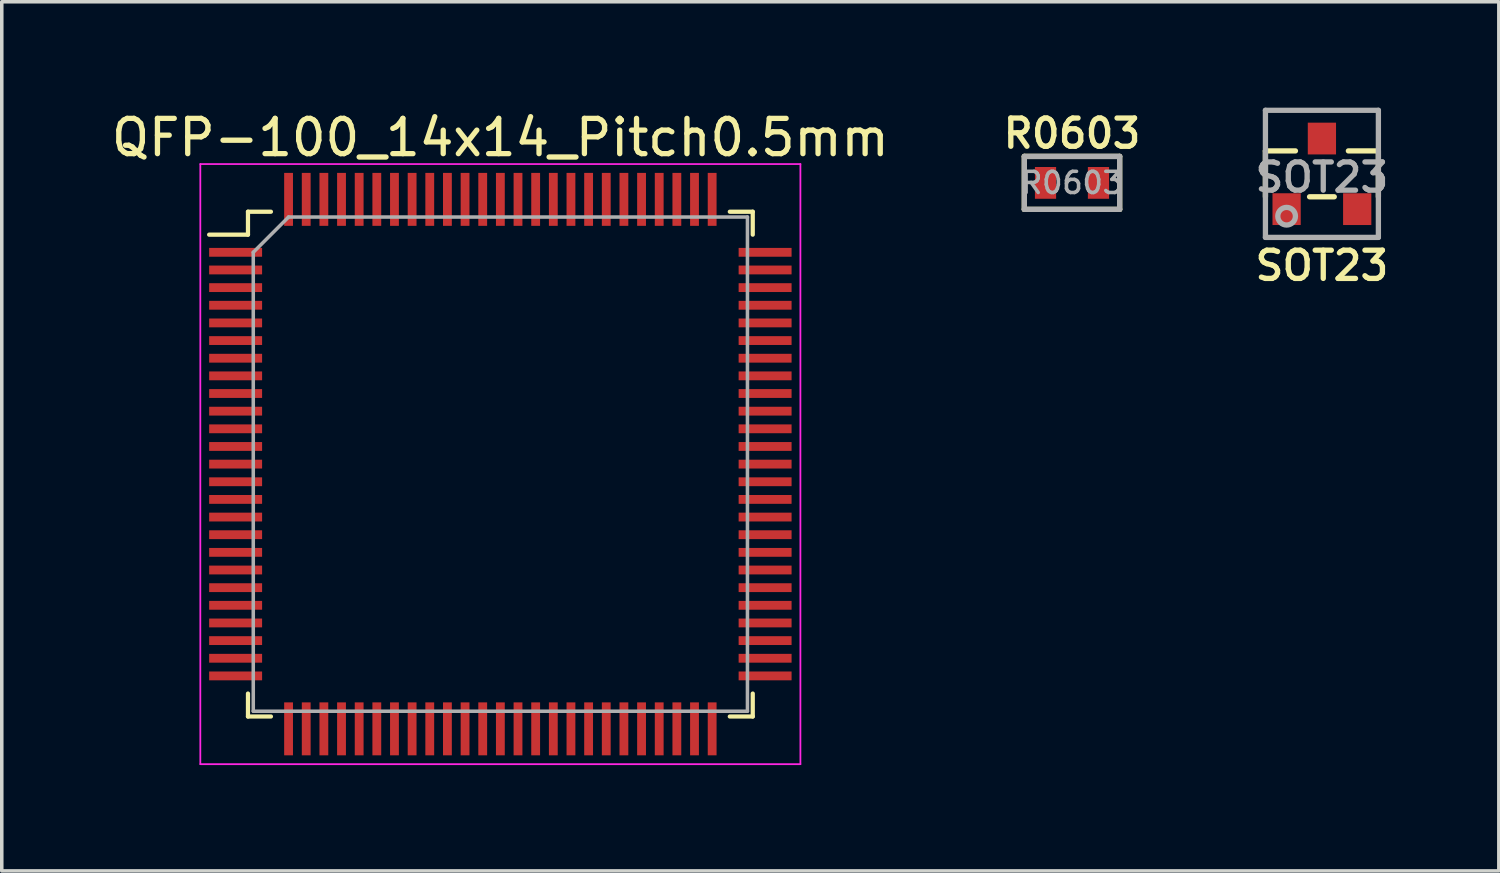
<source format=kicad_pcb>
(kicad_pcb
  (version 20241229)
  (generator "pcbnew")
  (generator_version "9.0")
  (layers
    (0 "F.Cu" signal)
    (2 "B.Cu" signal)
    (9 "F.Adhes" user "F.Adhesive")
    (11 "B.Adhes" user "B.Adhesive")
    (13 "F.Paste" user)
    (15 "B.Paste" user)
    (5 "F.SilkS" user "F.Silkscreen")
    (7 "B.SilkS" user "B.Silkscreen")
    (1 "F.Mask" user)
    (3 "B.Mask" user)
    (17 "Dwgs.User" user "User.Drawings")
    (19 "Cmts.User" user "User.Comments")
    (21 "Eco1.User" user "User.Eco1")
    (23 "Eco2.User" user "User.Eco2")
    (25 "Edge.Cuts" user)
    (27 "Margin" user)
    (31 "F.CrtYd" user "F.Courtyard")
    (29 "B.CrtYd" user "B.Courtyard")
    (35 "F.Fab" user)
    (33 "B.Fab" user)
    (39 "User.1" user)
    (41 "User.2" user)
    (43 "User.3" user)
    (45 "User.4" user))
  (footprint "R0603"
    (layer "F.Cu")
    (at 27.319 2.131)
    (property "Reference" "R0603" (at 0 -1.4 0) (layer "F.SilkS") (effects (font (size 0.8 0.8) (thickness 0.15) (bold yes))))
    (attr through_hole)
    (fp_line (start -1.35 -0.75) (end -1.35 0.75) (stroke (width 0.15) (type solid)) (layer "F.SilkS"))
    (fp_line (start -1.35 -0.75) (end 1.35 -0.75) (stroke (width 0.15) (type solid)) (layer "F.SilkS"))
    (fp_line (start -1.35 0.75) (end 1.35 0.75) (stroke (width 0.15) (type solid)) (layer "F.SilkS"))
    (fp_line (start 1.35 -0.75) (end 1.35 0.75) (stroke (width 0.15) (type solid)) (layer "F.SilkS"))
    (fp_line (start -1.35 -0.75) (end 1.35 -0.75) (stroke (width 0.15) (type solid)) (layer "F.Fab"))
    (fp_line (start -1.35 0.75) (end -1.35 -0.75) (stroke (width 0.15) (type solid)) (layer "F.Fab"))
    (fp_line (start 1.35 -0.75) (end 1.35 0.75) (stroke (width 0.15) (type solid)) (layer "F.Fab"))
    (fp_line (start 1.35 0.75) (end -1.35 0.75) (stroke (width 0.15) (type solid)) (layer "F.Fab"))
    (fp_text user "${REFERENCE}" (at 0 0 0) (layer "F.Fab") (effects (font (size 0.6 0.6) (thickness 0.1))))
    (pad "1" smd rect (at -0.75 0) (size 0.6 0.9) (layers "F.Cu" "F.Mask" "F.Paste"))
    (pad "2" smd rect (at 0.75 0) (size 0.6 0.9) (layers "F.Cu" "F.Mask" "F.Paste")))
  (footprint "QFP-100_14x14_Pitch0.5mm"
    (layer "F.Cu")
    (at 11.125 10.098)
    (property "Reference" "QFP-100_14x14_Pitch0.5mm" (at 0 -9.25 0) (layer "F.SilkS") (effects (font (size 1 1) (thickness 0.15))))
    (attr smd)
    (fp_line (start -7.15 -7.15) (end -7.15 -6.5) (stroke (width 0.12) (type default)) (layer "F.SilkS"))
    (fp_line (start -7.15 -6.5) (end -8.25 -6.5) (stroke (width 0.12) (type default)) (layer "F.SilkS"))
    (fp_line (start -7.15 7.15) (end -7.15 6.5) (stroke (width 0.12) (type default)) (layer "F.SilkS"))
    (fp_line (start -6.5 -7.15) (end -7.15 -7.15) (stroke (width 0.12) (type default)) (layer "F.SilkS"))
    (fp_line (start -6.5 7.15) (end -7.15 7.15) (stroke (width 0.12) (type default)) (layer "F.SilkS"))
    (fp_line (start 6.5 -7.15) (end 7.15 -7.15) (stroke (width 0.12) (type default)) (layer "F.SilkS"))
    (fp_line (start 6.5 7.15) (end 7.15 7.15) (stroke (width 0.12) (type default)) (layer "F.SilkS"))
    (fp_line (start 7.15 -7.15) (end 7.15 -6.5) (stroke (width 0.12) (type default)) (layer "F.SilkS"))
    (fp_line (start 7.15 7.15) (end 7.15 6.5) (stroke (width 0.12) (type default)) (layer "F.SilkS"))
    (fp_line (start -8.5 -8.5) (end 8.5 -8.5) (stroke (width 0.05) (type default)) (layer "F.CrtYd"))
    (fp_line (start -8.5 8.5) (end -8.5 -8.5) (stroke (width 0.05) (type default)) (layer "F.CrtYd"))
    (fp_line (start 8.5 -8.5) (end 8.5 8.5) (stroke (width 0.05) (type default)) (layer "F.CrtYd"))
    (fp_line (start 8.5 8.5) (end -8.5 8.5) (stroke (width 0.05) (type default)) (layer "F.CrtYd"))
    (fp_line (start -7 -6) (end -7 7) (stroke (width 0.1) (type default)) (layer "F.Fab"))
    (fp_line (start -7 7) (end 7 7) (stroke (width 0.1) (type default)) (layer "F.Fab"))
    (fp_line (start -6 -7) (end -7 -6) (stroke (width 0.1) (type default)) (layer "F.Fab"))
    (fp_line (start 7 -7) (end -6 -7) (stroke (width 0.1) (type default)) (layer "F.Fab"))
    (fp_line (start 7 7) (end 7 -7) (stroke (width 0.1) (type default)) (layer "F.Fab"))
    (pad "1" smd rect (at -7.5 -6 90) (size 0.25 1.5) (layers "F.Cu" "F.Mask" "F.Paste"))
    (pad "2" smd rect (at -7.5 -5.5 90) (size 0.25 1.5) (layers "F.Cu" "F.Mask" "F.Paste"))
    (pad "3" smd rect (at -7.5 -5 90) (size 0.25 1.5) (layers "F.Cu" "F.Mask" "F.Paste"))
    (pad "4" smd rect (at -7.5 -4.5 90) (size 0.25 1.5) (layers "F.Cu" "F.Mask" "F.Paste"))
    (pad "5" smd rect (at -7.5 -4 90) (size 0.25 1.5) (layers "F.Cu" "F.Mask" "F.Paste"))
    (pad "6" smd rect (at -7.5 -3.5 90) (size 0.25 1.5) (layers "F.Cu" "F.Mask" "F.Paste"))
    (pad "7" smd rect (at -7.5 -3 90) (size 0.25 1.5) (layers "F.Cu" "F.Mask" "F.Paste"))
    (pad "8" smd rect (at -7.5 -2.5 90) (size 0.25 1.5) (layers "F.Cu" "F.Mask" "F.Paste"))
    (pad "9" smd rect (at -7.5 -2 90) (size 0.25 1.5) (layers "F.Cu" "F.Mask" "F.Paste"))
    (pad "10" smd rect (at -7.5 -1.5 90) (size 0.25 1.5) (layers "F.Cu" "F.Mask" "F.Paste"))
    (pad "11" smd rect (at -7.5 -1 90) (size 0.25 1.5) (layers "F.Cu" "F.Mask" "F.Paste"))
    (pad "12" smd rect (at -7.5 -0.5 90) (size 0.25 1.5) (layers "F.Cu" "F.Mask" "F.Paste"))
    (pad "13" smd rect (at -7.5 0 90) (size 0.25 1.5) (layers "F.Cu" "F.Mask" "F.Paste"))
    (pad "14" smd rect (at -7.5 0.5 90) (size 0.25 1.5) (layers "F.Cu" "F.Mask" "F.Paste"))
    (pad "15" smd rect (at -7.5 1 90) (size 0.25 1.5) (layers "F.Cu" "F.Mask" "F.Paste"))
    (pad "16" smd rect (at -7.5 1.5 90) (size 0.25 1.5) (layers "F.Cu" "F.Mask" "F.Paste"))
    (pad "17" smd rect (at -7.5 2 90) (size 0.25 1.5) (layers "F.Cu" "F.Mask" "F.Paste"))
    (pad "18" smd rect (at -7.5 2.5 90) (size 0.25 1.5) (layers "F.Cu" "F.Mask" "F.Paste"))
    (pad "19" smd rect (at -7.5 3 90) (size 0.25 1.5) (layers "F.Cu" "F.Mask" "F.Paste"))
    (pad "20" smd rect (at -7.5 3.5 90) (size 0.25 1.5) (layers "F.Cu" "F.Mask" "F.Paste"))
    (pad "21" smd rect (at -7.5 4 90) (size 0.25 1.5) (layers "F.Cu" "F.Mask" "F.Paste"))
    (pad "22" smd rect (at -7.5 4.5 90) (size 0.25 1.5) (layers "F.Cu" "F.Mask" "F.Paste"))
    (pad "23" smd rect (at -7.5 5 90) (size 0.25 1.5) (layers "F.Cu" "F.Mask" "F.Paste"))
    (pad "24" smd rect (at -7.5 5.5 90) (size 0.25 1.5) (layers "F.Cu" "F.Mask" "F.Paste"))
    (pad "25" smd rect (at -7.5 6 90) (size 0.25 1.5) (layers "F.Cu" "F.Mask" "F.Paste"))
    (pad "26" smd rect (at -6 7.5) (size 0.25 1.5) (layers "F.Cu" "F.Mask" "F.Paste"))
    (pad "27" smd rect (at -5.5 7.5) (size 0.25 1.5) (layers "F.Cu" "F.Mask" "F.Paste"))
    (pad "28" smd rect (at -5 7.5) (size 0.25 1.5) (layers "F.Cu" "F.Mask" "F.Paste"))
    (pad "29" smd rect (at -4.5 7.5) (size 0.25 1.5) (layers "F.Cu" "F.Mask" "F.Paste"))
    (pad "30" smd rect (at -4 7.5) (size 0.25 1.5) (layers "F.Cu" "F.Mask" "F.Paste"))
    (pad "31" smd rect (at -3.5 7.5) (size 0.25 1.5) (layers "F.Cu" "F.Mask" "F.Paste"))
    (pad "32" smd rect (at -3 7.5) (size 0.25 1.5) (layers "F.Cu" "F.Mask" "F.Paste"))
    (pad "33" smd rect (at -2.5 7.5) (size 0.25 1.5) (layers "F.Cu" "F.Mask" "F.Paste"))
    (pad "34" smd rect (at -2 7.5) (size 0.25 1.5) (layers "F.Cu" "F.Mask" "F.Paste"))
    (pad "35" smd rect (at -1.5 7.5) (size 0.25 1.5) (layers "F.Cu" "F.Mask" "F.Paste"))
    (pad "36" smd rect (at -1 7.5) (size 0.25 1.5) (layers "F.Cu" "F.Mask" "F.Paste"))
    (pad "37" smd rect (at -0.5 7.5) (size 0.25 1.5) (layers "F.Cu" "F.Mask" "F.Paste"))
    (pad "38" smd rect (at 0 7.5) (size 0.25 1.5) (layers "F.Cu" "F.Mask" "F.Paste"))
    (pad "39" smd rect (at 0.5 7.5) (size 0.25 1.5) (layers "F.Cu" "F.Mask" "F.Paste"))
    (pad "40" smd rect (at 1 7.5) (size 0.25 1.5) (layers "F.Cu" "F.Mask" "F.Paste"))
    (pad "41" smd rect (at 1.5 7.5) (size 0.25 1.5) (layers "F.Cu" "F.Mask" "F.Paste"))
    (pad "42" smd rect (at 2 7.5) (size 0.25 1.5) (layers "F.Cu" "F.Mask" "F.Paste"))
    (pad "43" smd rect (at 2.5 7.5) (size 0.25 1.5) (layers "F.Cu" "F.Mask" "F.Paste"))
    (pad "44" smd rect (at 3 7.5) (size 0.25 1.5) (layers "F.Cu" "F.Mask" "F.Paste"))
    (pad "45" smd rect (at 3.5 7.5) (size 0.25 1.5) (layers "F.Cu" "F.Mask" "F.Paste"))
    (pad "46" smd rect (at 4 7.5) (size 0.25 1.5) (layers "F.Cu" "F.Mask" "F.Paste"))
    (pad "47" smd rect (at 4.5 7.5) (size 0.25 1.5) (layers "F.Cu" "F.Mask" "F.Paste"))
    (pad "48" smd rect (at 5 7.5) (size 0.25 1.5) (layers "F.Cu" "F.Mask" "F.Paste"))
    (pad "49" smd rect (at 5.5 7.5) (size 0.25 1.5) (layers "F.Cu" "F.Mask" "F.Paste"))
    (pad "50" smd rect (at 6 7.5) (size 0.25 1.5) (layers "F.Cu" "F.Mask" "F.Paste"))
    (pad "51" smd rect (at 7.5 6 90) (size 0.25 1.5) (layers "F.Cu" "F.Mask" "F.Paste"))
    (pad "52" smd rect (at 7.5 5.5 90) (size 0.25 1.5) (layers "F.Cu" "F.Mask" "F.Paste"))
    (pad "53" smd rect (at 7.5 5 90) (size 0.25 1.5) (layers "F.Cu" "F.Mask" "F.Paste"))
    (pad "54" smd rect (at 7.5 4.5 90) (size 0.25 1.5) (layers "F.Cu" "F.Mask" "F.Paste"))
    (pad "55" smd rect (at 7.5 4 90) (size 0.25 1.5) (layers "F.Cu" "F.Mask" "F.Paste"))
    (pad "56" smd rect (at 7.5 3.5 90) (size 0.25 1.5) (layers "F.Cu" "F.Mask" "F.Paste"))
    (pad "57" smd rect (at 7.5 3 90) (size 0.25 1.5) (layers "F.Cu" "F.Mask" "F.Paste"))
    (pad "58" smd rect (at 7.5 2.5 90) (size 0.25 1.5) (layers "F.Cu" "F.Mask" "F.Paste"))
    (pad "59" smd rect (at 7.5 2 90) (size 0.25 1.5) (layers "F.Cu" "F.Mask" "F.Paste"))
    (pad "60" smd rect (at 7.5 1.5 90) (size 0.25 1.5) (layers "F.Cu" "F.Mask" "F.Paste"))
    (pad "61" smd rect (at 7.5 1 90) (size 0.25 1.5) (layers "F.Cu" "F.Mask" "F.Paste"))
    (pad "62" smd rect (at 7.5 0.5 90) (size 0.25 1.5) (layers "F.Cu" "F.Mask" "F.Paste"))
    (pad "63" smd rect (at 7.5 0 90) (size 0.25 1.5) (layers "F.Cu" "F.Mask" "F.Paste"))
    (pad "64" smd rect (at 7.5 -0.5 90) (size 0.25 1.5) (layers "F.Cu" "F.Mask" "F.Paste"))
    (pad "65" smd rect (at 7.5 -1 90) (size 0.25 1.5) (layers "F.Cu" "F.Mask" "F.Paste"))
    (pad "66" smd rect (at 7.5 -1.5 90) (size 0.25 1.5) (layers "F.Cu" "F.Mask" "F.Paste"))
    (pad "67" smd rect (at 7.5 -2 90) (size 0.25 1.5) (layers "F.Cu" "F.Mask" "F.Paste"))
    (pad "68" smd rect (at 7.5 -2.5 90) (size 0.25 1.5) (layers "F.Cu" "F.Mask" "F.Paste"))
    (pad "69" smd rect (at 7.5 -3 90) (size 0.25 1.5) (layers "F.Cu" "F.Mask" "F.Paste"))
    (pad "70" smd rect (at 7.5 -3.5 90) (size 0.25 1.5) (layers "F.Cu" "F.Mask" "F.Paste"))
    (pad "71" smd rect (at 7.5 -4 90) (size 0.25 1.5) (layers "F.Cu" "F.Mask" "F.Paste"))
    (pad "72" smd rect (at 7.5 -4.5 90) (size 0.25 1.5) (layers "F.Cu" "F.Mask" "F.Paste"))
    (pad "73" smd rect (at 7.5 -5 90) (size 0.25 1.5) (layers "F.Cu" "F.Mask" "F.Paste"))
    (pad "74" smd rect (at 7.5 -5.5 90) (size 0.25 1.5) (layers "F.Cu" "F.Mask" "F.Paste"))
    (pad "75" smd rect (at 7.5 -6 90) (size 0.25 1.5) (layers "F.Cu" "F.Mask" "F.Paste"))
    (pad "76" smd rect (at 6 -7.5) (size 0.25 1.5) (layers "F.Cu" "F.Mask" "F.Paste"))
    (pad "77" smd rect (at 5.5 -7.5) (size 0.25 1.5) (layers "F.Cu" "F.Mask" "F.Paste"))
    (pad "78" smd rect (at 5 -7.5) (size 0.25 1.5) (layers "F.Cu" "F.Mask" "F.Paste"))
    (pad "79" smd rect (at 4.5 -7.5) (size 0.25 1.5) (layers "F.Cu" "F.Mask" "F.Paste"))
    (pad "80" smd rect (at 4 -7.5) (size 0.25 1.5) (layers "F.Cu" "F.Mask" "F.Paste"))
    (pad "81" smd rect (at 3.5 -7.5) (size 0.25 1.5) (layers "F.Cu" "F.Mask" "F.Paste"))
    (pad "82" smd rect (at 3 -7.5) (size 0.25 1.5) (layers "F.Cu" "F.Mask" "F.Paste"))
    (pad "83" smd rect (at 2.5 -7.5) (size 0.25 1.5) (layers "F.Cu" "F.Mask" "F.Paste"))
    (pad "84" smd rect (at 2 -7.5) (size 0.25 1.5) (layers "F.Cu" "F.Mask" "F.Paste"))
    (pad "85" smd rect (at 1.5 -7.5) (size 0.25 1.5) (layers "F.Cu" "F.Mask" "F.Paste"))
    (pad "86" smd rect (at 1 -7.5) (size 0.25 1.5) (layers "F.Cu" "F.Mask" "F.Paste"))
    (pad "87" smd rect (at 0.5 -7.5) (size 0.25 1.5) (layers "F.Cu" "F.Mask" "F.Paste"))
    (pad "88" smd rect (at 0 -7.5) (size 0.25 1.5) (layers "F.Cu" "F.Mask" "F.Paste"))
    (pad "89" smd rect (at -0.5 -7.5) (size 0.25 1.5) (layers "F.Cu" "F.Mask" "F.Paste"))
    (pad "90" smd rect (at -1 -7.5) (size 0.25 1.5) (layers "F.Cu" "F.Mask" "F.Paste"))
    (pad "91" smd rect (at -1.5 -7.5) (size 0.25 1.5) (layers "F.Cu" "F.Mask" "F.Paste"))
    (pad "92" smd rect (at -2 -7.5) (size 0.25 1.5) (layers "F.Cu" "F.Mask" "F.Paste"))
    (pad "93" smd rect (at -2.5 -7.5) (size 0.25 1.5) (layers "F.Cu" "F.Mask" "F.Paste"))
    (pad "94" smd rect (at -3 -7.5) (size 0.25 1.5) (layers "F.Cu" "F.Mask" "F.Paste"))
    (pad "95" smd rect (at -3.5 -7.5) (size 0.25 1.5) (layers "F.Cu" "F.Mask" "F.Paste"))
    (pad "96" smd rect (at -4 -7.5) (size 0.25 1.5) (layers "F.Cu" "F.Mask" "F.Paste"))
    (pad "97" smd rect (at -4.5 -7.5) (size 0.25 1.5) (layers "F.Cu" "F.Mask" "F.Paste"))
    (pad "98" smd rect (at -5 -7.5) (size 0.25 1.5) (layers "F.Cu" "F.Mask" "F.Paste"))
    (pad "99" smd rect (at -5.5 -7.5) (size 0.25 1.5) (layers "F.Cu" "F.Mask" "F.Paste"))
    (pad "100" smd rect (at -6 -7.5) (size 0.25 1.5) (layers "F.Cu" "F.Mask" "F.Paste")))
  (footprint "SOT23"
    (layer "F.Cu")
    (at 34.399 1.875)
    (property "Reference" "SOT23" (at 0 2.6 180) (layer "F.SilkS") (effects (font (size 0.8 0.8) (thickness 0.15) (bold yes))))
    (attr smd)
    (fp_line (start -1.6 -0.65) (end -0.75 -0.65) (stroke (width 0.15) (type solid)) (layer "F.SilkS"))
    (fp_line (start -1.6 0.65) (end -1.6 -0.65) (stroke (width 0.15) (type solid)) (layer "F.SilkS"))
    (fp_line (start -0.35 0.65) (end 0.35 0.65) (stroke (width 0.15) (type solid)) (layer "F.SilkS"))
    (fp_line (start 0.75 -0.65) (end 1.6 -0.65) (stroke (width 0.15) (type solid)) (layer "F.SilkS"))
    (fp_line (start 1.6 0.65) (end 1.6 -0.65) (stroke (width 0.15) (type solid)) (layer "F.SilkS"))
    (fp_line (start -1.6 -1.8) (end 1.6 -1.8) (stroke (width 0.15) (type solid)) (layer "F.Fab"))
    (fp_line (start -1.6 1.8) (end -1.6 -1.8) (stroke (width 0.15) (type solid)) (layer "F.Fab"))
    (fp_line (start 1.6 -1.8) (end 1.6 1.8) (stroke (width 0.15) (type solid)) (layer "F.Fab"))
    (fp_line (start 1.6 1.8) (end -1.6 1.8) (stroke (width 0.15) (type solid)) (layer "F.Fab"))
    (fp_circle (center -1 1.2) (end -0.75 1.2) (stroke (width 0.15) (type solid)) (fill no) (layer "F.Fab"))
    (fp_text user "${REFERENCE}" (at 0 0.1 0) (layer "F.Fab") (effects (font (size 0.8 0.8) (thickness 0.15) (bold yes))))
    (pad "1" smd rect (at -1 1) (size 0.8 0.9) (layers "F.Cu" "F.Mask" "F.Paste"))
    (pad "2" smd rect (at 1 1) (size 0.8 0.9) (layers "F.Cu" "F.Mask" "F.Paste"))
    (pad "3" smd rect (at 0 -1) (size 0.8 0.9) (layers "F.Cu" "F.Mask" "F.Paste")))
  (gr_rect
    (start -3 -3)
    (end 39.411 21.623)
    (stroke (width 0.1) (type default))
    (fill no)
    (layer "Edge.Cuts")))
</source>
